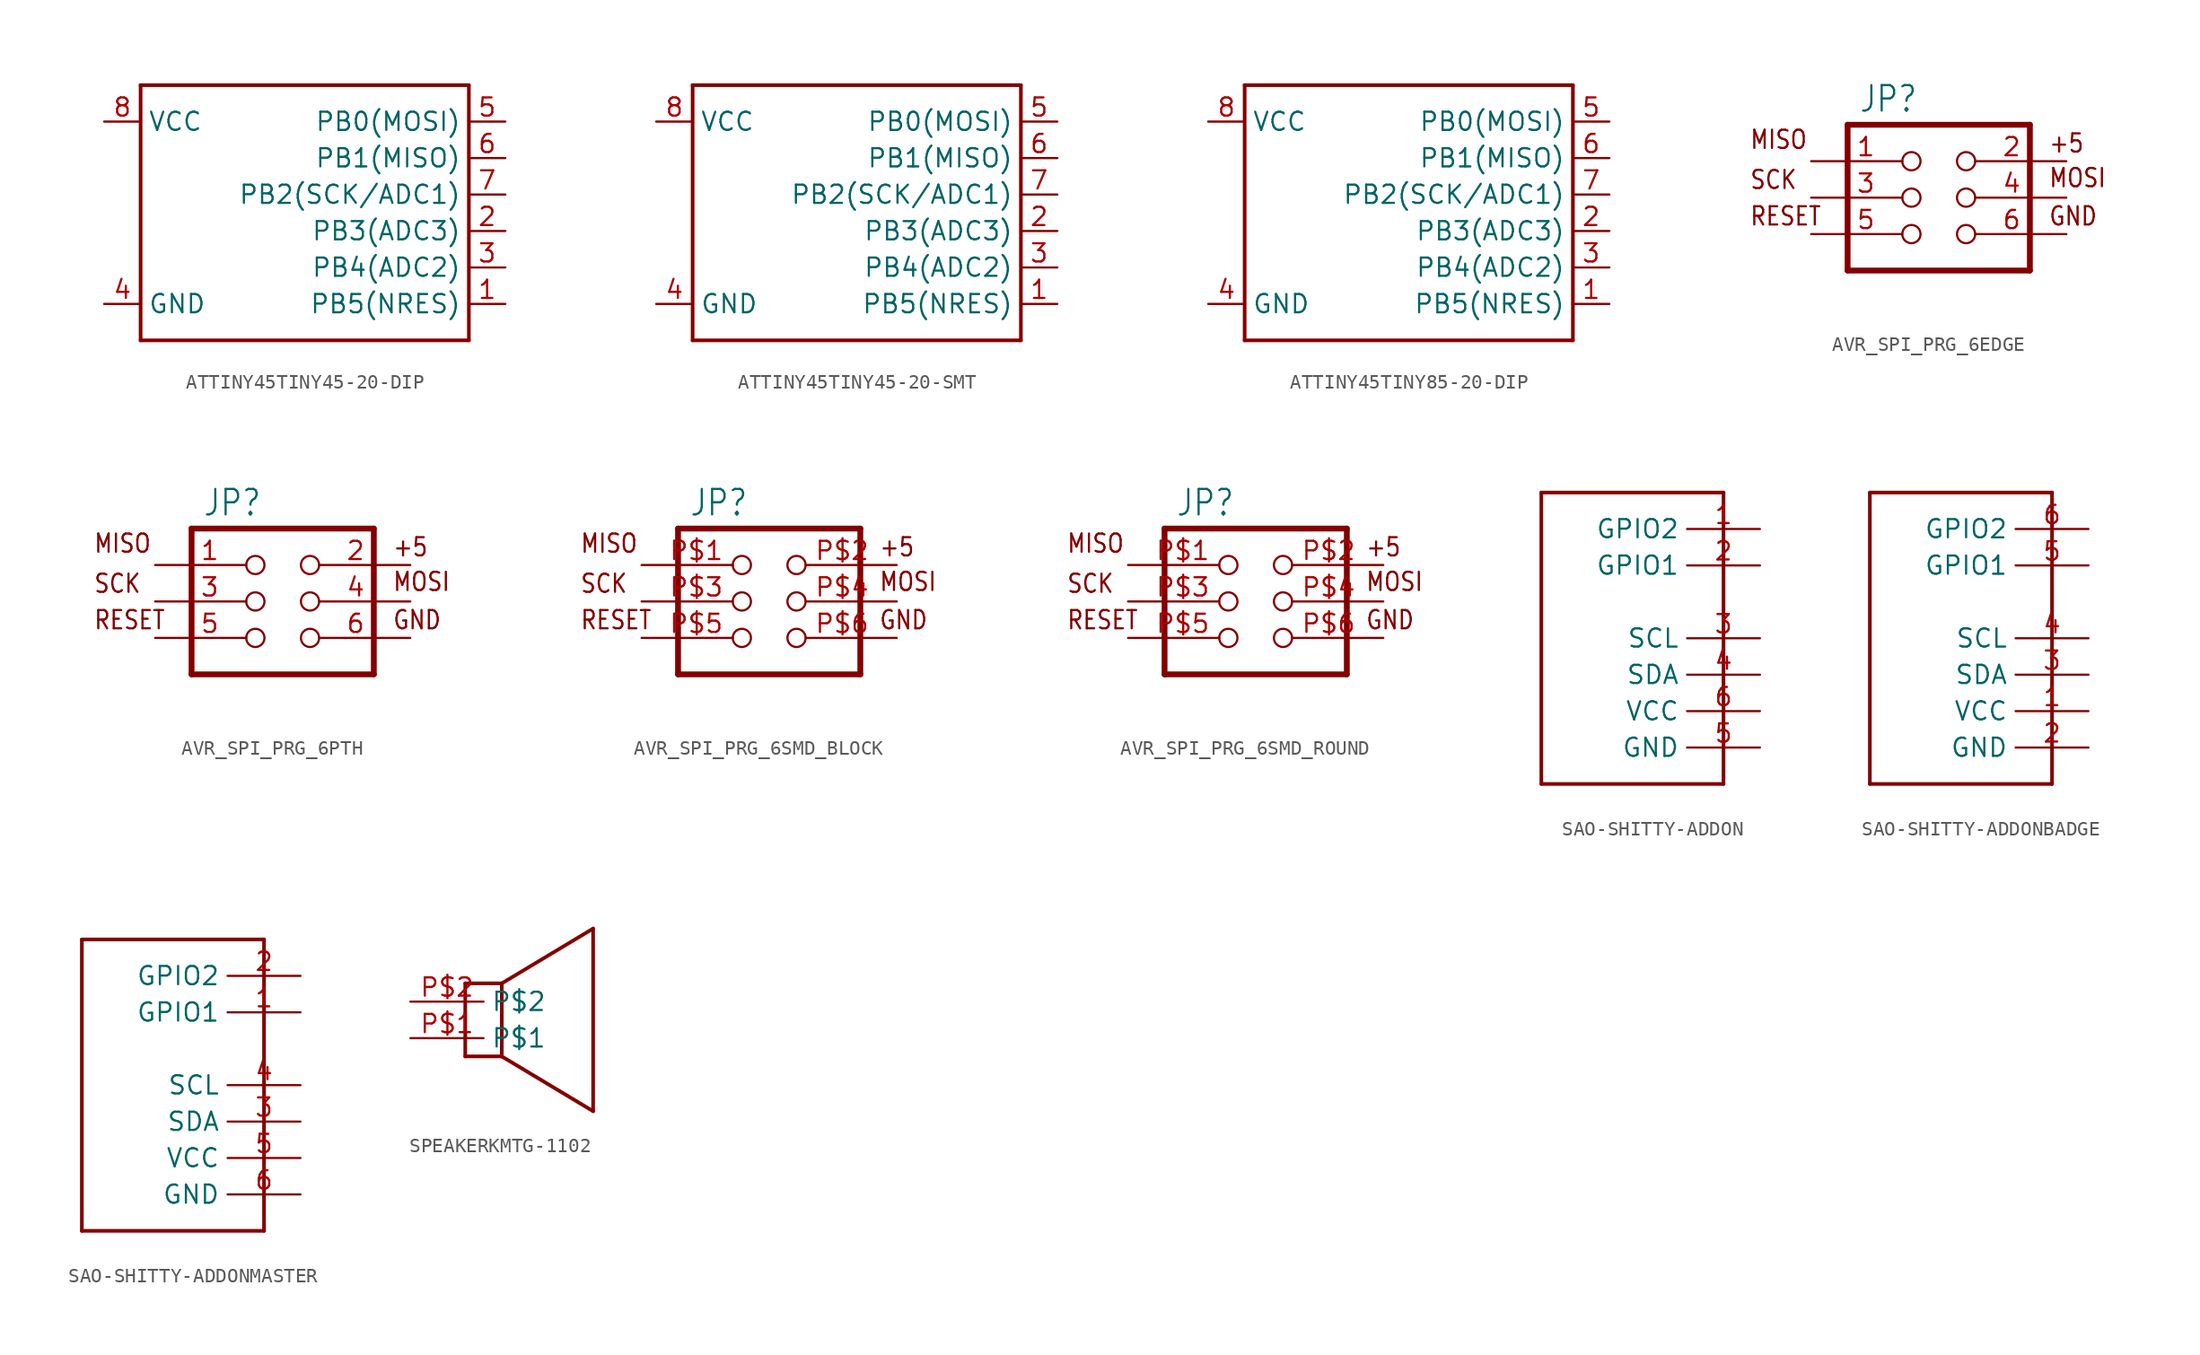
<source format=kicad_sym>
(kicad_symbol_lib
  (version 20231120)
  (generator "kicad_symbol_editor")
  (generator_version "8.0")
  (symbol "ATTINY45TINY45-20-DIP"
    (property "Reference" "U"
      (at -12.7 10.16 0)
      (effects (font (size 1.778 1.511)) (justify left bottom) (hide yes)))
    (property "ki_locked" ""
      (at 0 0 0)
      (effects (font (size 1.27 1.27))))
    (symbol "ATTINY45TINY45-20-DIP_1_0"
      (polyline (pts (xy -12.7 -7.62) (xy -12.7 10.16)) (stroke (width 0.254) (type solid)) (fill (type none)))
      (polyline (pts (xy -12.7 10.16) (xy 10.16 10.16)) (stroke (width 0.254) (type solid)) (fill (type none)))
      (polyline (pts (xy 10.16 -7.62) (xy -12.7 -7.62)) (stroke (width 0.254) (type solid)) (fill (type none)))
      (polyline (pts (xy 10.16 10.16) (xy 10.16 -7.62)) (stroke (width 0.254) (type solid)) (fill (type none)))
      (pin bidirectional line (at 12.7 -5.08 180) (length 2.54) (name "PB5(NRES)" (effects (font (size 1.27 1.27)))) (number "1" (effects (font (size 1.27 1.27)))))
      (pin bidirectional line (at 12.7 0 180) (length 2.54) (name "PB3(ADC3)" (effects (font (size 1.27 1.27)))) (number "2" (effects (font (size 1.27 1.27)))))
      (pin bidirectional line (at 12.7 -2.54 180) (length 2.54) (name "PB4(ADC2)" (effects (font (size 1.27 1.27)))) (number "3" (effects (font (size 1.27 1.27)))))
      (pin bidirectional line (at -15.24 -5.08 0) (length 2.54) (name "GND" (effects (font (size 1.27 1.27)))) (number "4" (effects (font (size 1.27 1.27)))))
      (pin bidirectional line (at 12.7 7.62 180) (length 2.54) (name "PB0(MOSI)" (effects (font (size 1.27 1.27)))) (number "5" (effects (font (size 1.27 1.27)))))
      (pin bidirectional line (at 12.7 5.08 180) (length 2.54) (name "PB1(MISO)" (effects (font (size 1.27 1.27)))) (number "6" (effects (font (size 1.27 1.27)))))
      (pin bidirectional line (at 12.7 2.54 180) (length 2.54) (name "PB2(SCK/ADC1)" (effects (font (size 1.27 1.27)))) (number "7" (effects (font (size 1.27 1.27)))))
      (pin bidirectional line (at -15.24 7.62 0) (length 2.54) (name "VCC" (effects (font (size 1.27 1.27)))) (number "8" (effects (font (size 1.27 1.27)))))))
  (symbol "ATTINY45TINY45-20-SMT"
    (property "Reference" "U"
      (at -12.7 10.16 0)
      (effects (font (size 1.778 1.511)) (justify left bottom) (hide yes)))
    (property "ki_locked" ""
      (at 0 0 0)
      (effects (font (size 1.27 1.27))))
    (symbol "ATTINY45TINY45-20-SMT_1_0"
      (polyline (pts (xy -12.7 -7.62) (xy -12.7 10.16)) (stroke (width 0.254) (type solid)) (fill (type none)))
      (polyline (pts (xy -12.7 10.16) (xy 10.16 10.16)) (stroke (width 0.254) (type solid)) (fill (type none)))
      (polyline (pts (xy 10.16 -7.62) (xy -12.7 -7.62)) (stroke (width 0.254) (type solid)) (fill (type none)))
      (polyline (pts (xy 10.16 10.16) (xy 10.16 -7.62)) (stroke (width 0.254) (type solid)) (fill (type none)))
      (pin bidirectional line (at 12.7 -5.08 180) (length 2.54) (name "PB5(NRES)" (effects (font (size 1.27 1.27)))) (number "1" (effects (font (size 1.27 1.27)))))
      (pin bidirectional line (at 12.7 0 180) (length 2.54) (name "PB3(ADC3)" (effects (font (size 1.27 1.27)))) (number "2" (effects (font (size 1.27 1.27)))))
      (pin bidirectional line (at 12.7 -2.54 180) (length 2.54) (name "PB4(ADC2)" (effects (font (size 1.27 1.27)))) (number "3" (effects (font (size 1.27 1.27)))))
      (pin bidirectional line (at -15.24 -5.08 0) (length 2.54) (name "GND" (effects (font (size 1.27 1.27)))) (number "4" (effects (font (size 1.27 1.27)))))
      (pin bidirectional line (at 12.7 7.62 180) (length 2.54) (name "PB0(MOSI)" (effects (font (size 1.27 1.27)))) (number "5" (effects (font (size 1.27 1.27)))))
      (pin bidirectional line (at 12.7 5.08 180) (length 2.54) (name "PB1(MISO)" (effects (font (size 1.27 1.27)))) (number "6" (effects (font (size 1.27 1.27)))))
      (pin bidirectional line (at 12.7 2.54 180) (length 2.54) (name "PB2(SCK/ADC1)" (effects (font (size 1.27 1.27)))) (number "7" (effects (font (size 1.27 1.27)))))
      (pin bidirectional line (at -15.24 7.62 0) (length 2.54) (name "VCC" (effects (font (size 1.27 1.27)))) (number "8" (effects (font (size 1.27 1.27)))))))
  (symbol "ATTINY45TINY85-20-DIP"
    (property "Reference" "U"
      (at -12.7 10.16 0)
      (effects (font (size 1.778 1.511)) (justify left bottom) (hide yes)))
    (property "ki_locked" ""
      (at 0 0 0)
      (effects (font (size 1.27 1.27))))
    (symbol "ATTINY45TINY85-20-DIP_1_0"
      (polyline (pts (xy -12.7 -7.62) (xy -12.7 10.16)) (stroke (width 0.254) (type solid)) (fill (type none)))
      (polyline (pts (xy -12.7 10.16) (xy 10.16 10.16)) (stroke (width 0.254) (type solid)) (fill (type none)))
      (polyline (pts (xy 10.16 -7.62) (xy -12.7 -7.62)) (stroke (width 0.254) (type solid)) (fill (type none)))
      (polyline (pts (xy 10.16 10.16) (xy 10.16 -7.62)) (stroke (width 0.254) (type solid)) (fill (type none)))
      (pin bidirectional line (at 12.7 -5.08 180) (length 2.54) (name "PB5(NRES)" (effects (font (size 1.27 1.27)))) (number "1" (effects (font (size 1.27 1.27)))))
      (pin bidirectional line (at 12.7 0 180) (length 2.54) (name "PB3(ADC3)" (effects (font (size 1.27 1.27)))) (number "2" (effects (font (size 1.27 1.27)))))
      (pin bidirectional line (at 12.7 -2.54 180) (length 2.54) (name "PB4(ADC2)" (effects (font (size 1.27 1.27)))) (number "3" (effects (font (size 1.27 1.27)))))
      (pin bidirectional line (at -15.24 -5.08 0) (length 2.54) (name "GND" (effects (font (size 1.27 1.27)))) (number "4" (effects (font (size 1.27 1.27)))))
      (pin bidirectional line (at 12.7 7.62 180) (length 2.54) (name "PB0(MOSI)" (effects (font (size 1.27 1.27)))) (number "5" (effects (font (size 1.27 1.27)))))
      (pin bidirectional line (at 12.7 5.08 180) (length 2.54) (name "PB1(MISO)" (effects (font (size 1.27 1.27)))) (number "6" (effects (font (size 1.27 1.27)))))
      (pin bidirectional line (at 12.7 2.54 180) (length 2.54) (name "PB2(SCK/ADC1)" (effects (font (size 1.27 1.27)))) (number "7" (effects (font (size 1.27 1.27)))))
      (pin bidirectional line (at -15.24 7.62 0) (length 2.54) (name "VCC" (effects (font (size 1.27 1.27)))) (number "8" (effects (font (size 1.27 1.27)))))))
  (symbol "AVR_SPI_PRG_6EDGE"
    (property "Reference" "JP"
      (at -4.318 5.842 0)
      (effects (font (size 1.778 1.511)) (justify left bottom)))
    (property "Value" ""
      (at -4.064 -7.62 0)
      (effects (font (size 1.778 1.511)) (justify left bottom)))
    (property "ki_locked" ""
      (at 0 0 0)
      (effects (font (size 1.27 1.27))))
    (symbol "AVR_SPI_PRG_6EDGE_1_0"
      (polyline (pts (xy -5.08 -5.08) (xy 7.62 -5.08)) (stroke (width 0.406) (type solid)) (fill (type none)))
      (polyline (pts (xy -5.08 5.08) (xy -5.08 -5.08)) (stroke (width 0.406) (type solid)) (fill (type none)))
      (polyline (pts (xy 7.62 -5.08) (xy 7.62 5.08)) (stroke (width 0.406) (type solid)) (fill (type none)))
      (polyline (pts (xy 7.62 5.08) (xy -5.08 5.08)) (stroke (width 0.406) (type solid)) (fill (type none)))
      (text "+5" (at 8.89 3.048 0) (effects (font (size 1.27 1.079)) (justify left bottom)))
      (text "GND" (at 8.89 -2.032 0) (effects (font (size 1.27 1.079)) (justify left bottom)))
      (text "MISO" (at -11.938 3.302 0) (effects (font (size 1.27 1.079)) (justify left bottom)))
      (text "MOSI" (at 8.89 0.635 0) (effects (font (size 1.27 1.079)) (justify left bottom)))
      (text "RESET" (at -11.938 -2.032 0) (effects (font (size 1.27 1.079)) (justify left bottom)))
      (text "SCK" (at -11.938 0.508 0) (effects (font (size 1.27 1.079)) (justify left bottom)))
      (pin passive inverted (at -7.62 2.54 0) (length 7.62) (name "1" (effects (font (size 0 0)))) (number "1" (effects (font (size 1.27 1.27)))))
      (pin passive inverted (at 10.16 2.54 180) (length 7.62) (name "2" (effects (font (size 0 0)))) (number "2" (effects (font (size 1.27 1.27)))))
      (pin passive inverted (at -7.62 0 0) (length 7.62) (name "3" (effects (font (size 0 0)))) (number "3" (effects (font (size 1.27 1.27)))))
      (pin passive inverted (at 10.16 0 180) (length 7.62) (name "4" (effects (font (size 0 0)))) (number "4" (effects (font (size 1.27 1.27)))))
      (pin passive inverted (at -7.62 -2.54 0) (length 7.62) (name "5" (effects (font (size 0 0)))) (number "5" (effects (font (size 1.27 1.27)))))
      (pin passive inverted (at 10.16 -2.54 180) (length 7.62) (name "6" (effects (font (size 0 0)))) (number "6" (effects (font (size 1.27 1.27)))))))
  (symbol "AVR_SPI_PRG_6PTH"
    (property "Reference" "JP"
      (at -4.318 5.842 0)
      (effects (font (size 1.778 1.511)) (justify left bottom)))
    (property "Value" ""
      (at -4.064 -7.62 0)
      (effects (font (size 1.778 1.511)) (justify left bottom)))
    (property "ki_locked" ""
      (at 0 0 0)
      (effects (font (size 1.27 1.27))))
    (symbol "AVR_SPI_PRG_6PTH_1_0"
      (polyline (pts (xy -5.08 -5.08) (xy 7.62 -5.08)) (stroke (width 0.406) (type solid)) (fill (type none)))
      (polyline (pts (xy -5.08 5.08) (xy -5.08 -5.08)) (stroke (width 0.406) (type solid)) (fill (type none)))
      (polyline (pts (xy 7.62 -5.08) (xy 7.62 5.08)) (stroke (width 0.406) (type solid)) (fill (type none)))
      (polyline (pts (xy 7.62 5.08) (xy -5.08 5.08)) (stroke (width 0.406) (type solid)) (fill (type none)))
      (text "+5" (at 8.89 3.048 0) (effects (font (size 1.27 1.079)) (justify left bottom)))
      (text "GND" (at 8.89 -2.032 0) (effects (font (size 1.27 1.079)) (justify left bottom)))
      (text "MISO" (at -11.938 3.302 0) (effects (font (size 1.27 1.079)) (justify left bottom)))
      (text "MOSI" (at 8.89 0.635 0) (effects (font (size 1.27 1.079)) (justify left bottom)))
      (text "RESET" (at -11.938 -2.032 0) (effects (font (size 1.27 1.079)) (justify left bottom)))
      (text "SCK" (at -11.938 0.508 0) (effects (font (size 1.27 1.079)) (justify left bottom)))
      (pin passive inverted (at -7.62 2.54 0) (length 7.62) (name "1" (effects (font (size 0 0)))) (number "1" (effects (font (size 1.27 1.27)))))
      (pin passive inverted (at 10.16 2.54 180) (length 7.62) (name "2" (effects (font (size 0 0)))) (number "2" (effects (font (size 1.27 1.27)))))
      (pin passive inverted (at -7.62 0 0) (length 7.62) (name "3" (effects (font (size 0 0)))) (number "3" (effects (font (size 1.27 1.27)))))
      (pin passive inverted (at 10.16 0 180) (length 7.62) (name "4" (effects (font (size 0 0)))) (number "4" (effects (font (size 1.27 1.27)))))
      (pin passive inverted (at -7.62 -2.54 0) (length 7.62) (name "5" (effects (font (size 0 0)))) (number "5" (effects (font (size 1.27 1.27)))))
      (pin passive inverted (at 10.16 -2.54 180) (length 7.62) (name "6" (effects (font (size 0 0)))) (number "6" (effects (font (size 1.27 1.27)))))))
  (symbol "AVR_SPI_PRG_6SMD_BLOCK"
    (property "Reference" "JP"
      (at -4.318 5.842 0)
      (effects (font (size 1.778 1.511)) (justify left bottom)))
    (property "Value" ""
      (at -4.064 -7.62 0)
      (effects (font (size 1.778 1.511)) (justify left bottom)))
    (property "ki_locked" ""
      (at 0 0 0)
      (effects (font (size 1.27 1.27))))
    (symbol "AVR_SPI_PRG_6SMD_BLOCK_1_0"
      (polyline (pts (xy -5.08 -5.08) (xy 7.62 -5.08)) (stroke (width 0.406) (type solid)) (fill (type none)))
      (polyline (pts (xy -5.08 5.08) (xy -5.08 -5.08)) (stroke (width 0.406) (type solid)) (fill (type none)))
      (polyline (pts (xy 7.62 -5.08) (xy 7.62 5.08)) (stroke (width 0.406) (type solid)) (fill (type none)))
      (polyline (pts (xy 7.62 5.08) (xy -5.08 5.08)) (stroke (width 0.406) (type solid)) (fill (type none)))
      (text "+5" (at 8.89 3.048 0) (effects (font (size 1.27 1.079)) (justify left bottom)))
      (text "GND" (at 8.89 -2.032 0) (effects (font (size 1.27 1.079)) (justify left bottom)))
      (text "MISO" (at -11.938 3.302 0) (effects (font (size 1.27 1.079)) (justify left bottom)))
      (text "MOSI" (at 8.89 0.635 0) (effects (font (size 1.27 1.079)) (justify left bottom)))
      (text "RESET" (at -11.938 -2.032 0) (effects (font (size 1.27 1.079)) (justify left bottom)))
      (text "SCK" (at -11.938 0.508 0) (effects (font (size 1.27 1.079)) (justify left bottom)))
      (pin passive inverted (at -7.62 2.54 0) (length 7.62) (name "1" (effects (font (size 0 0)))) (number "P$1" (effects (font (size 1.27 1.27)))))
      (pin passive inverted (at 10.16 2.54 180) (length 7.62) (name "2" (effects (font (size 0 0)))) (number "P$2" (effects (font (size 1.27 1.27)))))
      (pin passive inverted (at -7.62 0 0) (length 7.62) (name "3" (effects (font (size 0 0)))) (number "P$3" (effects (font (size 1.27 1.27)))))
      (pin passive inverted (at 10.16 0 180) (length 7.62) (name "4" (effects (font (size 0 0)))) (number "P$4" (effects (font (size 1.27 1.27)))))
      (pin passive inverted (at -7.62 -2.54 0) (length 7.62) (name "5" (effects (font (size 0 0)))) (number "P$5" (effects (font (size 1.27 1.27)))))
      (pin passive inverted (at 10.16 -2.54 180) (length 7.62) (name "6" (effects (font (size 0 0)))) (number "P$6" (effects (font (size 1.27 1.27)))))))
  (symbol "AVR_SPI_PRG_6SMD_ROUND"
    (property "Reference" "JP"
      (at -4.318 5.842 0)
      (effects (font (size 1.778 1.511)) (justify left bottom)))
    (property "Value" ""
      (at -4.064 -7.62 0)
      (effects (font (size 1.778 1.511)) (justify left bottom)))
    (property "ki_locked" ""
      (at 0 0 0)
      (effects (font (size 1.27 1.27))))
    (symbol "AVR_SPI_PRG_6SMD_ROUND_1_0"
      (polyline (pts (xy -5.08 -5.08) (xy 7.62 -5.08)) (stroke (width 0.406) (type solid)) (fill (type none)))
      (polyline (pts (xy -5.08 5.08) (xy -5.08 -5.08)) (stroke (width 0.406) (type solid)) (fill (type none)))
      (polyline (pts (xy 7.62 -5.08) (xy 7.62 5.08)) (stroke (width 0.406) (type solid)) (fill (type none)))
      (polyline (pts (xy 7.62 5.08) (xy -5.08 5.08)) (stroke (width 0.406) (type solid)) (fill (type none)))
      (text "+5" (at 8.89 3.048 0) (effects (font (size 1.27 1.079)) (justify left bottom)))
      (text "GND" (at 8.89 -2.032 0) (effects (font (size 1.27 1.079)) (justify left bottom)))
      (text "MISO" (at -11.938 3.302 0) (effects (font (size 1.27 1.079)) (justify left bottom)))
      (text "MOSI" (at 8.89 0.635 0) (effects (font (size 1.27 1.079)) (justify left bottom)))
      (text "RESET" (at -11.938 -2.032 0) (effects (font (size 1.27 1.079)) (justify left bottom)))
      (text "SCK" (at -11.938 0.508 0) (effects (font (size 1.27 1.079)) (justify left bottom)))
      (pin passive inverted (at -7.62 2.54 0) (length 7.62) (name "1" (effects (font (size 0 0)))) (number "P$1" (effects (font (size 1.27 1.27)))))
      (pin passive inverted (at 10.16 2.54 180) (length 7.62) (name "2" (effects (font (size 0 0)))) (number "P$2" (effects (font (size 1.27 1.27)))))
      (pin passive inverted (at -7.62 0 0) (length 7.62) (name "3" (effects (font (size 0 0)))) (number "P$3" (effects (font (size 1.27 1.27)))))
      (pin passive inverted (at 10.16 0 180) (length 7.62) (name "4" (effects (font (size 0 0)))) (number "P$4" (effects (font (size 1.27 1.27)))))
      (pin passive inverted (at -7.62 -2.54 0) (length 7.62) (name "5" (effects (font (size 0 0)))) (number "P$5" (effects (font (size 1.27 1.27)))))
      (pin passive inverted (at 10.16 -2.54 180) (length 7.62) (name "6" (effects (font (size 0 0)))) (number "P$6" (effects (font (size 1.27 1.27)))))))
  (symbol "SAO-SHITTY-ADDON"
    (property "Reference" ""
      (at -8.636 10.922 0)
      (effects (font (size 1.27 1.079)) (justify left bottom) (hide yes)))
    (property "ki_locked" ""
      (at 0 0 0)
      (effects (font (size 1.27 1.27))))
    (symbol "SAO-SHITTY-ADDON_1_0"
      (polyline (pts (xy -7.62 -10.16) (xy 5.08 -10.16)) (stroke (width 0.254) (type solid)) (fill (type none)))
      (polyline (pts (xy -7.62 10.16) (xy -7.62 -10.16)) (stroke (width 0.254) (type solid)) (fill (type none)))
      (polyline (pts (xy 5.08 -10.16) (xy 5.08 10.16)) (stroke (width 0.254) (type solid)) (fill (type none)))
      (polyline (pts (xy 5.08 10.16) (xy -7.62 10.16)) (stroke (width 0.254) (type solid)) (fill (type none)))
      (pin bidirectional line (at 7.62 7.62 180) (length 5.08) (name "GPIO2" (effects (font (size 1.27 1.27)))) (number "1" (effects (font (size 1.27 1.27)))))
      (pin bidirectional line (at 7.62 5.08 180) (length 5.08) (name "GPIO1" (effects (font (size 1.27 1.27)))) (number "2" (effects (font (size 1.27 1.27)))))
      (pin bidirectional line (at 7.62 0 180) (length 5.08) (name "SCL" (effects (font (size 1.27 1.27)))) (number "3" (effects (font (size 1.27 1.27)))))
      (pin bidirectional line (at 7.62 -2.54 180) (length 5.08) (name "SDA" (effects (font (size 1.27 1.27)))) (number "4" (effects (font (size 1.27 1.27)))))
      (pin bidirectional line (at 7.62 -7.62 180) (length 5.08) (name "GND" (effects (font (size 1.27 1.27)))) (number "5" (effects (font (size 1.27 1.27)))))
      (pin bidirectional line (at 7.62 -5.08 180) (length 5.08) (name "VCC" (effects (font (size 1.27 1.27)))) (number "6" (effects (font (size 1.27 1.27)))))))
  (symbol "SAO-SHITTY-ADDONBADGE"
    (property "Reference" ""
      (at -8.636 10.922 0)
      (effects (font (size 1.27 1.079)) (justify left bottom) (hide yes)))
    (property "ki_locked" ""
      (at 0 0 0)
      (effects (font (size 1.27 1.27))))
    (symbol "SAO-SHITTY-ADDONBADGE_1_0"
      (polyline (pts (xy -7.62 -10.16) (xy 5.08 -10.16)) (stroke (width 0.254) (type solid)) (fill (type none)))
      (polyline (pts (xy -7.62 10.16) (xy -7.62 -10.16)) (stroke (width 0.254) (type solid)) (fill (type none)))
      (polyline (pts (xy 5.08 -10.16) (xy 5.08 10.16)) (stroke (width 0.254) (type solid)) (fill (type none)))
      (polyline (pts (xy 5.08 10.16) (xy -7.62 10.16)) (stroke (width 0.254) (type solid)) (fill (type none)))
      (pin bidirectional line (at 7.62 -5.08 180) (length 5.08) (name "VCC" (effects (font (size 1.27 1.27)))) (number "1" (effects (font (size 1.27 1.27)))))
      (pin bidirectional line (at 7.62 -7.62 180) (length 5.08) (name "GND" (effects (font (size 1.27 1.27)))) (number "2" (effects (font (size 1.27 1.27)))))
      (pin bidirectional line (at 7.62 -2.54 180) (length 5.08) (name "SDA" (effects (font (size 1.27 1.27)))) (number "3" (effects (font (size 1.27 1.27)))))
      (pin bidirectional line (at 7.62 0 180) (length 5.08) (name "SCL" (effects (font (size 1.27 1.27)))) (number "4" (effects (font (size 1.27 1.27)))))
      (pin bidirectional line (at 7.62 5.08 180) (length 5.08) (name "GPIO1" (effects (font (size 1.27 1.27)))) (number "5" (effects (font (size 1.27 1.27)))))
      (pin bidirectional line (at 7.62 7.62 180) (length 5.08) (name "GPIO2" (effects (font (size 1.27 1.27)))) (number "6" (effects (font (size 1.27 1.27)))))))
  (symbol "SAO-SHITTY-ADDONMASTER"
    (property "Reference" ""
      (at -8.636 10.922 0)
      (effects (font (size 1.27 1.079)) (justify left bottom) (hide yes)))
    (property "ki_locked" ""
      (at 0 0 0)
      (effects (font (size 1.27 1.27))))
    (symbol "SAO-SHITTY-ADDONMASTER_1_0"
      (polyline (pts (xy -7.62 -10.16) (xy 5.08 -10.16)) (stroke (width 0.254) (type solid)) (fill (type none)))
      (polyline (pts (xy -7.62 10.16) (xy -7.62 -10.16)) (stroke (width 0.254) (type solid)) (fill (type none)))
      (polyline (pts (xy 5.08 -10.16) (xy 5.08 10.16)) (stroke (width 0.254) (type solid)) (fill (type none)))
      (polyline (pts (xy 5.08 10.16) (xy -7.62 10.16)) (stroke (width 0.254) (type solid)) (fill (type none)))
      (pin bidirectional line (at 7.62 5.08 180) (length 5.08) (name "GPIO1" (effects (font (size 1.27 1.27)))) (number "1" (effects (font (size 1.27 1.27)))))
      (pin bidirectional line (at 7.62 7.62 180) (length 5.08) (name "GPIO2" (effects (font (size 1.27 1.27)))) (number "2" (effects (font (size 1.27 1.27)))))
      (pin bidirectional line (at 7.62 -2.54 180) (length 5.08) (name "SDA" (effects (font (size 1.27 1.27)))) (number "3" (effects (font (size 1.27 1.27)))))
      (pin bidirectional line (at 7.62 0 180) (length 5.08) (name "SCL" (effects (font (size 1.27 1.27)))) (number "4" (effects (font (size 1.27 1.27)))))
      (pin bidirectional line (at 7.62 -5.08 180) (length 5.08) (name "VCC" (effects (font (size 1.27 1.27)))) (number "5" (effects (font (size 1.27 1.27)))))
      (pin bidirectional line (at 7.62 -7.62 180) (length 5.08) (name "GND" (effects (font (size 1.27 1.27)))) (number "6" (effects (font (size 1.27 1.27)))))))
  (symbol "SPEAKERKMTG-1102"
    (property "Reference" ""
      (at 0 0 0)
      (effects (font (size 1.27 1.27)) (hide yes)))
    (property "ki_locked" ""
      (at 0 0 0)
      (effects (font (size 1.27 1.27))))
    (symbol "SPEAKERKMTG-1102_1_0"
      (polyline (pts (xy -3.81 -1.27) (xy -3.81 3.81)) (stroke (width 0.254) (type solid)) (fill (type none)))
      (polyline (pts (xy -3.81 3.81) (xy -1.27 3.81)) (stroke (width 0.254) (type solid)) (fill (type none)))
      (polyline (pts (xy -1.27 -1.27) (xy -3.81 -1.27)) (stroke (width 0.254) (type solid)) (fill (type none)))
      (polyline (pts (xy -1.27 3.81) (xy -1.27 -1.27)) (stroke (width 0.254) (type solid)) (fill (type none)))
      (polyline (pts (xy -1.27 3.81) (xy 5.08 7.62)) (stroke (width 0.254) (type solid)) (fill (type none)))
      (polyline (pts (xy 5.08 -5.08) (xy -1.27 -1.27)) (stroke (width 0.254) (type solid)) (fill (type none)))
      (polyline (pts (xy 5.08 7.62) (xy 5.08 -5.08)) (stroke (width 0.254) (type solid)) (fill (type none)))
      (pin bidirectional line (at -7.62 0 0) (length 5.08) (name "P$1" (effects (font (size 1.27 1.27)))) (number "P$1" (effects (font (size 1.27 1.27)))))
      (pin bidirectional line (at -7.62 2.54 0) (length 5.08) (name "P$2" (effects (font (size 1.27 1.27)))) (number "P$2" (effects (font (size 1.27 1.27))))))))
</source>
